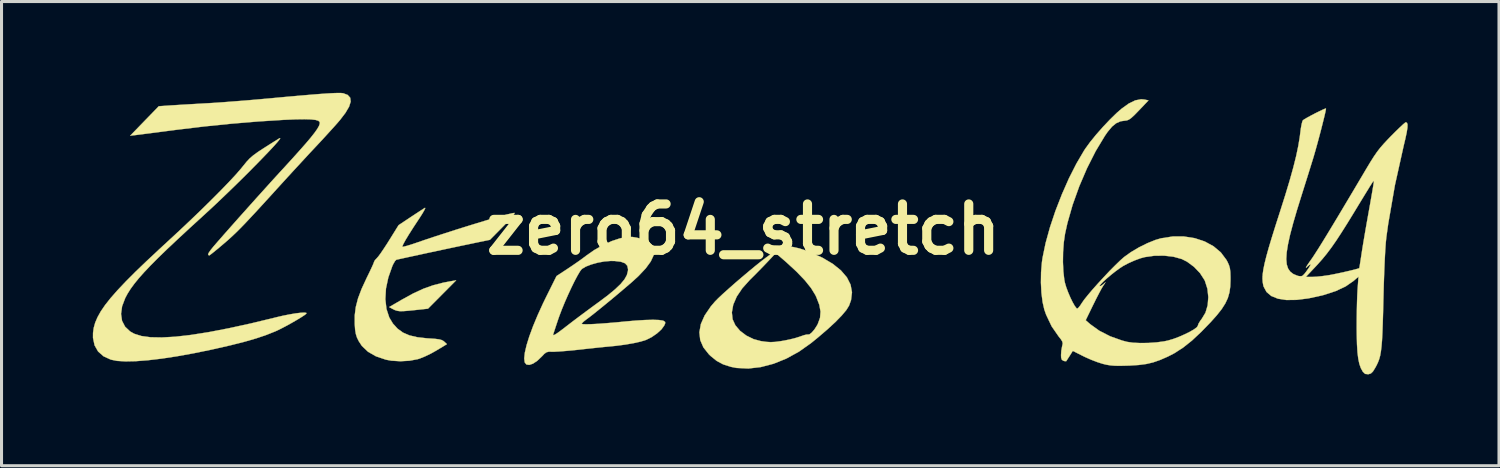
<source format=kicad_pcb>
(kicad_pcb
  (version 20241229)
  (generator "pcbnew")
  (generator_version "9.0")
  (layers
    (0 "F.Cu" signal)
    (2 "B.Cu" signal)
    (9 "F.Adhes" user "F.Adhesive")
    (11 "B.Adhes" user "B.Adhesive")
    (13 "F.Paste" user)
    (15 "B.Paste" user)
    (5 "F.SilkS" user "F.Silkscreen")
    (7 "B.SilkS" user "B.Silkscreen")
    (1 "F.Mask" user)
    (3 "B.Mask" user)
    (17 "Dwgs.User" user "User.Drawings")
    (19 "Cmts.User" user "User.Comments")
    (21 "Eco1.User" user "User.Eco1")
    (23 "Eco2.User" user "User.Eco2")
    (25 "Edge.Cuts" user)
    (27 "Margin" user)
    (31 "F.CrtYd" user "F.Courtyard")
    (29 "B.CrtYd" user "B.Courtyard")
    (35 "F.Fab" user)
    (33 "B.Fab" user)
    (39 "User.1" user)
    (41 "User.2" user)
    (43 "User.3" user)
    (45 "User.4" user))
  (footprint "zero64_stretch"
    (layer "F.Cu")
    (at 21.372 4.484)
    (property "Reference" "zero64_stretch" (at 0 0 0) (layer "F.SilkS") (effects (font (size 1.524 1.524) (thickness 0.3))))
    (attr through_hole)
    (fp_poly (pts (xy -10.362 2.606) (xy -10.779 2.651) (xy -11.005 2.674) (xy -11.169 2.687) (xy -11.287 2.688) (xy -11.375 2.676) (xy -11.449 2.652) (xy -11.515 2.62) (xy -11.638 2.553) (xy -11.202 2.3) (xy -10.843 2.103) (xy -10.515 1.952) (xy -10.195 1.838) (xy -9.858 1.751) (xy -9.593 1.701) (xy -9.437 1.675) (xy -10.362 2.606)) (stroke (width 0.01) (type solid)) (fill yes) (layer "F.SilkS"))
    (fp_poly (pts (xy -13.222 -4.478) (xy -13.155 -4.472) (xy -13.149 -4.471) (xy -13 -4.415) (xy -12.918 -4.324) (xy -12.902 -4.196) (xy -12.954 -4.031) (xy -13.072 -3.829) (xy -13.25 -3.596) (xy -13.337 -3.494) (xy -13.467 -3.348) (xy -13.628 -3.171) (xy -13.807 -2.975) (xy -13.995 -2.773) (xy -14.042 -2.723) (xy -14.263 -2.487) (xy -14.515 -2.214) (xy -14.778 -1.929) (xy -15.03 -1.654) (xy -15.238 -1.426) (xy -15.548 -1.085) (xy -15.813 -0.795) (xy -16.037 -0.551) (xy -16.228 -0.347) (xy -16.39 -0.175) (xy -16.531 -0.03) (xy -16.656 0.094) (xy -16.772 0.205) (xy -16.884 0.308) (xy -16.999 0.409) (xy -17.076 0.475) (xy -17.234 0.609) (xy -17.372 0.723) (xy -17.478 0.807) (xy -17.542 0.854) (xy -17.555 0.86) (xy -17.583 0.829) (xy -17.585 0.815) (xy -17.561 0.765) (xy -17.498 0.675) (xy -17.412 0.568) (xy -17.256 0.388) (xy -17.056 0.16) (xy -16.822 -0.105) (xy -16.563 -0.397) (xy -16.287 -0.705) (xy -16.005 -1.02) (xy -15.725 -1.33) (xy -15.457 -1.627) (xy -15.209 -1.898) (xy -15.139 -1.974) (xy -14.835 -2.306) (xy -14.582 -2.588) (xy -14.375 -2.822) (xy -14.212 -3.015) (xy -14.089 -3.171) (xy -14.002 -3.294) (xy -13.947 -3.389) (xy -13.92 -3.461) (xy -13.918 -3.514) (xy -13.922 -3.528) (xy -13.964 -3.567) (xy -14.057 -3.595) (xy -14.208 -3.612) (xy -14.421 -3.618) (xy -14.7 -3.614) (xy -15.051 -3.599) (xy -15.112 -3.596) (xy -15.933 -3.544) (xy -16.802 -3.472) (xy -17.693 -3.382) (xy -18.579 -3.276) (xy -18.718 -3.258) (xy -19.005 -3.221) (xy -19.277 -3.185) (xy -19.52 -3.154) (xy -19.723 -3.128) (xy -19.872 -3.109) (xy -19.949 -3.099) (xy -20.144 -3.077) (xy -19.206 -4.044) (xy -18.816 -4.071) (xy -18.65 -4.081) (xy -18.427 -4.095) (xy -18.167 -4.11) (xy -17.89 -4.126) (xy -17.624 -4.141) (xy -17.371 -4.156) (xy -17.06 -4.178) (xy -16.709 -4.205) (xy -16.337 -4.234) (xy -15.964 -4.266) (xy -15.607 -4.298) (xy -15.572 -4.301) (xy -15.057 -4.349) (xy -14.615 -4.388) (xy -14.241 -4.42) (xy -13.931 -4.445) (xy -13.678 -4.463) (xy -13.479 -4.474) (xy -13.329 -4.479) (xy -13.222 -4.478)) (stroke (width 0.01) (type solid)) (fill yes) (layer "F.SilkS"))
    (fp_poly (pts (xy 1.121 0.537) (xy 1.401 0.553) (xy 1.63 0.58) (xy 1.836 0.626) (xy 2.048 0.694) (xy 2.183 0.746) (xy 2.595 0.932) (xy 2.936 1.134) (xy 3.204 1.35) (xy 3.4 1.579) (xy 3.52 1.818) (xy 3.566 2.068) (xy 3.535 2.326) (xy 3.47 2.506) (xy 3.381 2.65) (xy 3.23 2.83) (xy 3.022 3.044) (xy 2.76 3.285) (xy 2.45 3.551) (xy 2.226 3.733) (xy 1.827 4.016) (xy 1.411 4.245) (xy 0.989 4.415) (xy 0.569 4.525) (xy 0.161 4.572) (xy -0.227 4.553) (xy -0.41 4.517) (xy -0.665 4.436) (xy -0.878 4.322) (xy -1.081 4.157) (xy -1.135 4.105) (xy -1.315 3.878) (xy -1.419 3.637) (xy -1.447 3.381) (xy -1.398 3.111) (xy -1.273 2.828) (xy -1.205 2.729) (xy -0.38 2.729) (xy -0.356 2.954) (xy -0.265 3.152) (xy -0.11 3.335) (xy 0.095 3.49) (xy 0.334 3.607) (xy 0.572 3.671) (xy 0.747 3.696) (xy 0.897 3.705) (xy 1.052 3.697) (xy 1.241 3.671) (xy 1.341 3.654) (xy 1.526 3.616) (xy 1.709 3.57) (xy 1.856 3.524) (xy 1.877 3.516) (xy 1.993 3.476) (xy 2.079 3.456) (xy 2.108 3.457) (xy 2.167 3.451) (xy 2.247 3.389) (xy 2.336 3.284) (xy 2.421 3.151) (xy 2.445 3.104) (xy 2.517 2.905) (xy 2.533 2.701) (xy 2.493 2.479) (xy 2.394 2.224) (xy 2.361 2.155) (xy 2.222 1.929) (xy 2.015 1.671) (xy 1.742 1.387) (xy 1.406 1.077) (xy 1.302 0.987) (xy 1.062 0.782) (xy 0.795 1.065) (xy 0.647 1.22) (xy 0.471 1.4) (xy 0.294 1.578) (xy 0.21 1.661) (xy -0.037 1.936) (xy -0.22 2.209) (xy -0.335 2.475) (xy -0.38 2.729) (xy -1.205 2.729) (xy -1.071 2.532) (xy -0.936 2.374) (xy -0.832 2.268) (xy -0.679 2.124) (xy -0.488 1.953) (xy -0.273 1.763) (xy -0.044 1.567) (xy 0.185 1.374) (xy 0.403 1.194) (xy 0.598 1.038) (xy 0.757 0.917) (xy 0.83 0.865) (xy 0.931 0.791) (xy 0.998 0.73) (xy 1.016 0.702) (xy 0.984 0.663) (xy 0.906 0.61) (xy 0.877 0.595) (xy 0.738 0.524) (xy 1.121 0.537)) (stroke (width 0.01) (type solid)) (fill yes) (layer "F.SilkS"))
    (fp_poly (pts (xy -15.24 -2.95) (xy -15.312 -2.862) (xy -15.425 -2.735) (xy -15.574 -2.575) (xy -15.753 -2.388) (xy -15.957 -2.178) (xy -16.181 -1.951) (xy -16.42 -1.712) (xy -16.669 -1.467) (xy -16.923 -1.221) (xy -17.175 -0.979) (xy -17.422 -0.746) (xy -17.658 -0.528) (xy -17.741 -0.452) (xy -18.19 -0.042) (xy -18.584 0.323) (xy -18.927 0.645) (xy -19.222 0.931) (xy -19.473 1.183) (xy -19.686 1.408) (xy -19.864 1.608) (xy -20.011 1.789) (xy -20.131 1.954) (xy -20.229 2.108) (xy -20.307 2.253) (xy -20.411 2.526) (xy -20.446 2.778) (xy -20.413 3.004) (xy -20.313 3.198) (xy -20.148 3.354) (xy -20.013 3.43) (xy -19.78 3.504) (xy -19.477 3.545) (xy -19.103 3.552) (xy -18.659 3.527) (xy -18.145 3.468) (xy -17.562 3.376) (xy -16.908 3.25) (xy -16.185 3.092) (xy -15.393 2.901) (xy -15.347 2.889) (xy -15.12 2.836) (xy -14.902 2.793) (xy -14.706 2.76) (xy -14.542 2.741) (xy -14.422 2.735) (xy -14.358 2.745) (xy -14.354 2.763) (xy -14.402 2.806) (xy -14.506 2.875) (xy -14.649 2.963) (xy -14.816 3.06) (xy -14.993 3.159) (xy -15.165 3.249) (xy -15.316 3.324) (xy -15.377 3.351) (xy -15.675 3.47) (xy -16.001 3.58) (xy -16.37 3.687) (xy -16.799 3.796) (xy -16.842 3.807) (xy -17.465 3.949) (xy -18.053 4.07) (xy -18.602 4.169) (xy -19.106 4.246) (xy -19.56 4.3) (xy -19.961 4.331) (xy -20.302 4.338) (xy -20.579 4.321) (xy -20.78 4.28) (xy -21.02 4.171) (xy -21.199 4.013) (xy -21.315 3.81) (xy -21.367 3.564) (xy -21.366 3.403) (xy -21.343 3.237) (xy -21.295 3.066) (xy -21.219 2.888) (xy -21.112 2.696) (xy -20.97 2.488) (xy -20.789 2.259) (xy -20.566 2.005) (xy -20.298 1.721) (xy -19.982 1.404) (xy -19.613 1.049) (xy -19.188 0.652) (xy -18.913 0.398) (xy -18.531 0.045) (xy -18.16 -0.305) (xy -17.806 -0.645) (xy -17.476 -0.97) (xy -17.176 -1.271) (xy -16.911 -1.545) (xy -16.689 -1.783) (xy -16.516 -1.981) (xy -16.432 -2.084) (xy -16.321 -2.221) (xy -16.216 -2.333) (xy -16.098 -2.434) (xy -15.949 -2.542) (xy -15.75 -2.672) (xy -15.748 -2.673) (xy -15.578 -2.781) (xy -15.429 -2.875) (xy -15.313 -2.947) (xy -15.247 -2.988) (xy -15.24 -2.992) (xy -15.215 -2.995) (xy -15.24 -2.95)) (stroke (width 0.01) (type solid)) (fill yes) (layer "F.SilkS"))
    (fp_poly (pts (xy -10.453 -0.693) (xy -10.485 -0.625) (xy -10.549 -0.514) (xy -10.641 -0.37) (xy -10.658 -0.345) (xy -10.841 -0.067) (xy -10.989 0.166) (xy -11.101 0.351) (xy -11.173 0.483) (xy -11.204 0.558) (xy -11.203 0.573) (xy -11.16 0.569) (xy -11.059 0.543) (xy -10.916 0.5) (xy -10.778 0.454) (xy -10.461 0.345) (xy -10.124 0.233) (xy -9.776 0.12) (xy -9.425 0.007) (xy -9.079 -0.101) (xy -8.748 -0.203) (xy -8.439 -0.297) (xy -8.161 -0.378) (xy -7.922 -0.446) (xy -7.73 -0.497) (xy -7.595 -0.529) (xy -7.524 -0.54) (xy -7.519 -0.539) (xy -7.525 -0.509) (xy -7.582 -0.433) (xy -7.681 -0.318) (xy -7.818 -0.172) (xy -7.897 -0.092) (xy -8.328 0.344) (xy -8.805 0.442) (xy -9.003 0.484) (xy -9.24 0.533) (xy -9.505 0.589) (xy -9.787 0.649) (xy -10.077 0.711) (xy -10.363 0.772) (xy -10.634 0.831) (xy -10.88 0.884) (xy -11.091 0.93) (xy -11.255 0.966) (xy -11.363 0.99) (xy -11.402 0.999) (xy -11.445 1.041) (xy -11.499 1.133) (xy -11.531 1.199) (xy -11.665 1.578) (xy -11.743 1.945) (xy -11.763 2.294) (xy -11.727 2.614) (xy -11.634 2.897) (xy -11.515 3.095) (xy -11.362 3.263) (xy -11.186 3.391) (xy -10.974 3.483) (xy -10.714 3.544) (xy -10.394 3.58) (xy -10.322 3.584) (xy -10.13 3.597) (xy -9.998 3.614) (xy -9.911 3.637) (xy -9.851 3.67) (xy -9.829 3.689) (xy -9.74 3.771) (xy -10.09 3.982) (xy -10.271 4.083) (xy -10.462 4.175) (xy -10.633 4.244) (xy -10.699 4.265) (xy -10.969 4.316) (xy -11.269 4.333) (xy -11.563 4.315) (xy -11.743 4.282) (xy -12.07 4.172) (xy -12.332 4.022) (xy -12.534 3.83) (xy -12.637 3.674) (xy -12.696 3.553) (xy -12.733 3.436) (xy -12.756 3.295) (xy -12.769 3.109) (xy -12.769 2.827) (xy -12.734 2.551) (xy -12.66 2.266) (xy -12.543 1.956) (xy -12.379 1.602) (xy -12.379 1.602) (xy -12.291 1.422) (xy -12.217 1.265) (xy -12.163 1.146) (xy -12.137 1.078) (xy -12.135 1.069) (xy -12.106 1.014) (xy -12.047 0.952) (xy -11.996 0.894) (xy -11.914 0.783) (xy -11.812 0.632) (xy -11.697 0.456) (xy -11.644 0.371) (xy -11.328 -0.137) (xy -10.93 -0.402) (xy -10.769 -0.508) (xy -10.627 -0.601) (xy -10.518 -0.671) (xy -10.46 -0.708) (xy -10.453 -0.693)) (stroke (width 0.01) (type solid)) (fill yes) (layer "F.SilkS"))
    (fp_poly (pts (xy -3.513 0.272) (xy -3.442 0.289) (xy -3.297 0.333) (xy -3.169 0.382) (xy -3.105 0.415) (xy -2.981 0.534) (xy -2.93 0.681) (xy -2.951 0.855) (xy -3.044 1.055) (xy -3.208 1.28) (xy -3.444 1.531) (xy -3.65 1.72) (xy -3.848 1.89) (xy -4.067 2.076) (xy -4.296 2.268) (xy -4.523 2.455) (xy -4.736 2.628) (xy -4.922 2.778) (xy -5.071 2.894) (xy -5.158 2.958) (xy -5.248 3.028) (xy -5.305 3.085) (xy -5.314 3.102) (xy -5.276 3.115) (xy -5.168 3.119) (xy -4.996 3.115) (xy -4.767 3.103) (xy -4.487 3.082) (xy -4.164 3.055) (xy -3.869 3.026) (xy -3.524 2.996) (xy -3.223 2.978) (xy -2.972 2.972) (xy -2.78 2.978) (xy -2.653 2.996) (xy -2.618 3.009) (xy -2.572 3.043) (xy -2.571 3.09) (xy -2.602 3.161) (xy -2.694 3.287) (xy -2.839 3.419) (xy -3.014 3.54) (xy -3.198 3.632) (xy -3.202 3.633) (xy -3.372 3.686) (xy -3.603 3.738) (xy -3.879 3.786) (xy -4.183 3.826) (xy -4.416 3.849) (xy -4.555 3.862) (xy -4.752 3.882) (xy -4.985 3.907) (xy -5.235 3.934) (xy -5.393 3.952) (xy -5.632 3.977) (xy -5.859 3.997) (xy -6.056 4.012) (xy -6.207 4.02) (xy -6.276 4.02) (xy -6.393 4.019) (xy -6.472 4.039) (xy -6.545 4.093) (xy -6.624 4.177) (xy -6.773 4.319) (xy -6.913 4.412) (xy -7.035 4.453) (xy -7.13 4.439) (xy -7.184 4.372) (xy -7.201 4.24) (xy -7.18 4.049) (xy -7.123 3.804) (xy -7.033 3.513) (xy -7.014 3.463) (xy -6.252 3.463) (xy -6.239 3.477) (xy -6.195 3.46) (xy -6.113 3.408) (xy -5.986 3.315) (xy -5.806 3.177) (xy -5.782 3.159) (xy -5.611 3.027) (xy -5.396 2.865) (xy -5.158 2.688) (xy -4.919 2.512) (xy -4.76 2.396) (xy -4.456 2.169) (xy -4.217 1.971) (xy -4.036 1.799) (xy -3.908 1.644) (xy -3.829 1.503) (xy -3.794 1.368) (xy -3.79 1.311) (xy -3.815 1.196) (xy -3.891 1.114) (xy -4.027 1.064) (xy -4.228 1.04) (xy -4.357 1.038) (xy -4.564 1.054) (xy -4.784 1.094) (xy -4.996 1.153) (xy -5.176 1.223) (xy -5.303 1.299) (xy -5.312 1.307) (xy -5.37 1.382) (xy -5.449 1.516) (xy -5.545 1.696) (xy -5.65 1.91) (xy -5.759 2.145) (xy -5.866 2.388) (xy -5.963 2.624) (xy -6.046 2.842) (xy -6.076 2.926) (xy -6.139 3.114) (xy -6.192 3.275) (xy -6.231 3.393) (xy -6.251 3.457) (xy -6.252 3.463) (xy -7.014 3.463) (xy -6.911 3.183) (xy -6.76 2.82) (xy -6.583 2.431) (xy -6.482 2.224) (xy -6.139 1.534) (xy -5.776 1.296) (xy -5.593 1.173) (xy -5.401 1.04) (xy -5.231 0.916) (xy -5.158 0.86) (xy -4.897 0.678) (xy -4.612 0.516) (xy -4.327 0.386) (xy -4.062 0.298) (xy -3.954 0.275) (xy -3.784 0.252) (xy -3.65 0.25) (xy -3.513 0.272)) (stroke (width 0.01) (type solid)) (fill yes) (layer "F.SilkS"))
    (fp_poly (pts (xy 13.173 -4.264) (xy 13.306 -4.236) (xy 12.993 -3.907) (xy 12.85 -3.76) (xy 12.745 -3.663) (xy 12.665 -3.606) (xy 12.599 -3.579) (xy 12.554 -3.573) (xy 12.39 -3.55) (xy 12.246 -3.487) (xy 12.109 -3.375) (xy 11.966 -3.204) (xy 11.873 -3.07) (xy 11.57 -2.567) (xy 11.287 -2.007) (xy 11.032 -1.413) (xy 10.814 -0.805) (xy 10.643 -0.206) (xy 10.565 0.147) (xy 10.524 0.428) (xy 10.501 0.745) (xy 10.496 1.071) (xy 10.51 1.382) (xy 10.541 1.654) (xy 10.562 1.758) (xy 10.605 1.904) (xy 10.667 2.07) (xy 10.739 2.239) (xy 10.815 2.394) (xy 10.885 2.517) (xy 10.942 2.591) (xy 10.962 2.605) (xy 11.001 2.58) (xy 11.062 2.505) (xy 11.117 2.42) (xy 11.193 2.311) (xy 11.315 2.159) (xy 11.47 1.976) (xy 11.649 1.775) (xy 11.84 1.568) (xy 12.031 1.365) (xy 12.214 1.181) (xy 12.375 1.025) (xy 12.504 0.911) (xy 12.505 0.91) (xy 12.728 0.75) (xy 12.99 0.594) (xy 13.268 0.456) (xy 13.533 0.349) (xy 13.716 0.295) (xy 14.1 0.235) (xy 14.474 0.235) (xy 14.829 0.291) (xy 15.155 0.399) (xy 15.443 0.556) (xy 15.684 0.759) (xy 15.868 1.005) (xy 15.906 1.076) (xy 15.952 1.18) (xy 15.981 1.281) (xy 15.996 1.403) (xy 16.001 1.569) (xy 16.001 1.661) (xy 15.993 1.878) (xy 15.966 2.072) (xy 15.914 2.254) (xy 15.831 2.432) (xy 15.712 2.619) (xy 15.55 2.824) (xy 15.341 3.057) (xy 15.078 3.328) (xy 15.045 3.362) (xy 14.735 3.653) (xy 14.442 3.886) (xy 14.152 4.072) (xy 13.94 4.181) (xy 13.688 4.291) (xy 13.461 4.37) (xy 13.236 4.423) (xy 12.986 4.456) (xy 12.688 4.475) (xy 12.622 4.477) (xy 12.385 4.483) (xy 12.204 4.481) (xy 12.057 4.469) (xy 11.923 4.447) (xy 11.801 4.417) (xy 11.628 4.362) (xy 11.422 4.283) (xy 11.222 4.194) (xy 11.164 4.166) (xy 10.82 3.993) (xy 10.717 4.156) (xy 10.655 4.252) (xy 10.613 4.317) (xy 10.604 4.331) (xy 10.566 4.332) (xy 10.515 4.319) (xy 10.461 4.285) (xy 10.437 4.214) (xy 10.434 4.129) (xy 10.443 3.987) (xy 10.467 3.851) (xy 10.471 3.835) (xy 10.488 3.755) (xy 10.477 3.69) (xy 10.43 3.612) (xy 10.358 3.522) (xy 10.126 3.187) (xy 10.03 2.986) (xy 11.243 2.986) (xy 11.395 3.118) (xy 11.691 3.331) (xy 12.044 3.512) (xy 12.437 3.652) (xy 12.602 3.696) (xy 12.793 3.724) (xy 13.034 3.735) (xy 13.302 3.732) (xy 13.572 3.713) (xy 13.818 3.68) (xy 13.95 3.652) (xy 14.124 3.6) (xy 14.311 3.53) (xy 14.495 3.449) (xy 14.664 3.366) (xy 14.802 3.286) (xy 14.895 3.217) (xy 14.927 3.168) (xy 14.951 3.097) (xy 15.013 2.997) (xy 15.058 2.938) (xy 15.179 2.737) (xy 15.251 2.493) (xy 15.272 2.226) (xy 15.243 1.954) (xy 15.161 1.697) (xy 15.144 1.662) (xy 15 1.439) (xy 14.802 1.232) (xy 14.574 1.063) (xy 14.399 0.975) (xy 14.129 0.9) (xy 13.819 0.864) (xy 13.495 0.868) (xy 13.185 0.912) (xy 13.041 0.951) (xy 12.849 1.022) (xy 12.643 1.114) (xy 12.474 1.204) (xy 12.354 1.283) (xy 12.216 1.384) (xy 12.073 1.497) (xy 11.938 1.612) (xy 11.822 1.717) (xy 11.739 1.802) (xy 11.701 1.856) (xy 11.702 1.867) (xy 11.742 1.86) (xy 11.809 1.814) (xy 11.895 1.739) (xy 11.806 1.876) (xy 11.755 1.962) (xy 11.681 2.101) (xy 11.591 2.275) (xy 11.497 2.465) (xy 11.48 2.499) (xy 11.243 2.986) (xy 10.03 2.986) (xy 9.944 2.805) (xy 9.885 2.638) (xy 9.828 2.389) (xy 9.79 2.086) (xy 9.773 1.752) (xy 9.778 1.409) (xy 9.806 1.077) (xy 9.827 0.932) (xy 9.927 0.45) (xy 10.071 -0.07) (xy 10.251 -0.609) (xy 10.461 -1.148) (xy 10.691 -1.67) (xy 10.936 -2.154) (xy 11.187 -2.582) (xy 11.232 -2.651) (xy 11.389 -2.867) (xy 11.588 -3.112) (xy 11.813 -3.367) (xy 12.045 -3.612) (xy 12.266 -3.827) (xy 12.419 -3.96) (xy 12.659 -4.133) (xy 12.873 -4.237) (xy 13.065 -4.274) (xy 13.173 -4.264)) (stroke (width 0.01) (type solid)) (fill yes) (layer "F.SilkS"))
    (fp_poly (pts (xy 19.133 -3.929) (xy 19.111 -3.825) (xy 19.075 -3.671) (xy 19.027 -3.479) (xy 18.972 -3.262) (xy 18.912 -3.033) (xy 18.85 -2.804) (xy 18.79 -2.588) (xy 18.735 -2.398) (xy 18.713 -2.325) (xy 18.663 -2.164) (xy 18.596 -1.948) (xy 18.517 -1.695) (xy 18.432 -1.425) (xy 18.347 -1.156) (xy 18.34 -1.133) (xy 18.183 -0.629) (xy 18.056 -0.193) (xy 17.957 0.181) (xy 17.888 0.497) (xy 17.846 0.761) (xy 17.833 0.977) (xy 17.848 1.151) (xy 17.892 1.287) (xy 17.963 1.39) (xy 18.062 1.466) (xy 18.188 1.52) (xy 18.255 1.538) (xy 18.32 1.544) (xy 18.376 1.518) (xy 18.442 1.448) (xy 18.5 1.372) (xy 18.589 1.243) (xy 18.631 1.168) (xy 18.624 1.149) (xy 18.569 1.188) (xy 18.518 1.233) (xy 18.479 1.263) (xy 18.489 1.232) (xy 18.547 1.141) (xy 18.634 1.016) (xy 18.704 0.916) (xy 18.788 0.787) (xy 18.891 0.627) (xy 19.014 0.429) (xy 19.16 0.191) (xy 19.332 -0.093) (xy 19.533 -0.426) (xy 19.763 -0.812) (xy 20.028 -1.256) (xy 20.328 -1.762) (xy 20.433 -1.94) (xy 20.58 -2.185) (xy 20.701 -2.378) (xy 20.809 -2.536) (xy 20.916 -2.675) (xy 21.036 -2.813) (xy 21.18 -2.967) (xy 21.274 -3.064) (xy 21.426 -3.216) (xy 21.561 -3.347) (xy 21.668 -3.447) (xy 21.738 -3.505) (xy 21.759 -3.517) (xy 21.798 -3.5) (xy 21.816 -3.444) (xy 21.813 -3.341) (xy 21.789 -3.184) (xy 21.742 -2.966) (xy 21.691 -2.752) (xy 21.402 -1.452) (xy 21.181 -0.178) (xy 21.121 0.254) (xy 21.102 0.438) (xy 21.084 0.694) (xy 21.067 1.013) (xy 21.051 1.391) (xy 21.036 1.819) (xy 21.024 2.292) (xy 21.023 2.306) (xy 21.013 2.738) (xy 21.002 3.101) (xy 20.991 3.402) (xy 20.978 3.649) (xy 20.961 3.85) (xy 20.941 4.014) (xy 20.917 4.149) (xy 20.886 4.263) (xy 20.848 4.364) (xy 20.803 4.46) (xy 20.753 4.552) (xy 20.679 4.671) (xy 20.613 4.734) (xy 20.537 4.758) (xy 20.527 4.76) (xy 20.424 4.749) (xy 20.35 4.68) (xy 20.345 4.672) (xy 20.282 4.558) (xy 20.234 4.421) (xy 20.198 4.251) (xy 20.172 4.039) (xy 20.156 3.774) (xy 20.148 3.446) (xy 20.146 3.243) (xy 20.147 2.961) (xy 20.151 2.674) (xy 20.157 2.403) (xy 20.165 2.168) (xy 20.174 1.99) (xy 20.175 1.979) (xy 20.206 1.554) (xy 20.038 1.698) (xy 19.786 1.873) (xy 19.464 2.025) (xy 19.081 2.151) (xy 19.003 2.172) (xy 18.56 2.268) (xy 18.17 2.317) (xy 17.836 2.321) (xy 17.559 2.278) (xy 17.341 2.19) (xy 17.184 2.057) (xy 17.088 1.879) (xy 17.077 1.836) (xy 17.058 1.731) (xy 17.051 1.613) (xy 17.054 1.563) (xy 18.475 1.563) (xy 18.689 1.563) (xy 18.83 1.556) (xy 19.014 1.537) (xy 19.205 1.51) (xy 19.25 1.503) (xy 19.396 1.475) (xy 19.569 1.439) (xy 19.751 1.399) (xy 19.925 1.359) (xy 20.074 1.322) (xy 20.181 1.293) (xy 20.23 1.276) (xy 20.23 1.275) (xy 20.239 1.236) (xy 20.255 1.135) (xy 20.278 0.989) (xy 20.301 0.839) (xy 20.326 0.675) (xy 20.362 0.452) (xy 20.407 0.187) (xy 20.457 -0.103) (xy 20.51 -0.401) (xy 20.537 -0.553) (xy 20.585 -0.819) (xy 20.627 -1.062) (xy 20.663 -1.269) (xy 20.69 -1.43) (xy 20.706 -1.534) (xy 20.71 -1.569) (xy 20.71 -1.585) (xy 20.706 -1.592) (xy 20.696 -1.585) (xy 20.673 -1.556) (xy 20.636 -1.499) (xy 20.578 -1.408) (xy 20.497 -1.276) (xy 20.387 -1.097) (xy 20.245 -0.864) (xy 20.067 -0.571) (xy 20.065 -0.567) (xy 19.837 -0.196) (xy 19.64 0.116) (xy 19.467 0.38) (xy 19.309 0.606) (xy 19.16 0.804) (xy 19.012 0.984) (xy 18.859 1.156) (xy 18.788 1.232) (xy 18.475 1.563) (xy 17.054 1.563) (xy 17.058 1.477) (xy 17.081 1.315) (xy 17.121 1.12) (xy 17.179 0.886) (xy 17.257 0.605) (xy 17.357 0.272) (xy 17.48 -0.122) (xy 17.623 -0.567) (xy 17.798 -1.119) (xy 17.945 -1.606) (xy 18.064 -2.033) (xy 18.158 -2.409) (xy 18.227 -2.738) (xy 18.275 -3.027) (xy 18.29 -3.146) (xy 18.312 -3.316) (xy 18.338 -3.458) (xy 18.364 -3.554) (xy 18.379 -3.582) (xy 18.431 -3.619) (xy 18.53 -3.676) (xy 18.659 -3.746) (xy 18.799 -3.819) (xy 18.935 -3.886) (xy 19.047 -3.939) (xy 19.12 -3.968) (xy 19.137 -3.971) (xy 19.133 -3.929)) (stroke (width 0.01) (type solid)) (fill yes) (layer "F.SilkS")))
  (gr_rect
    (start -3 -3)
    (end 46.193 12.249)
    (stroke (width 0.1) (type default))
    (fill no)
    (layer "Edge.Cuts")))
</source>
